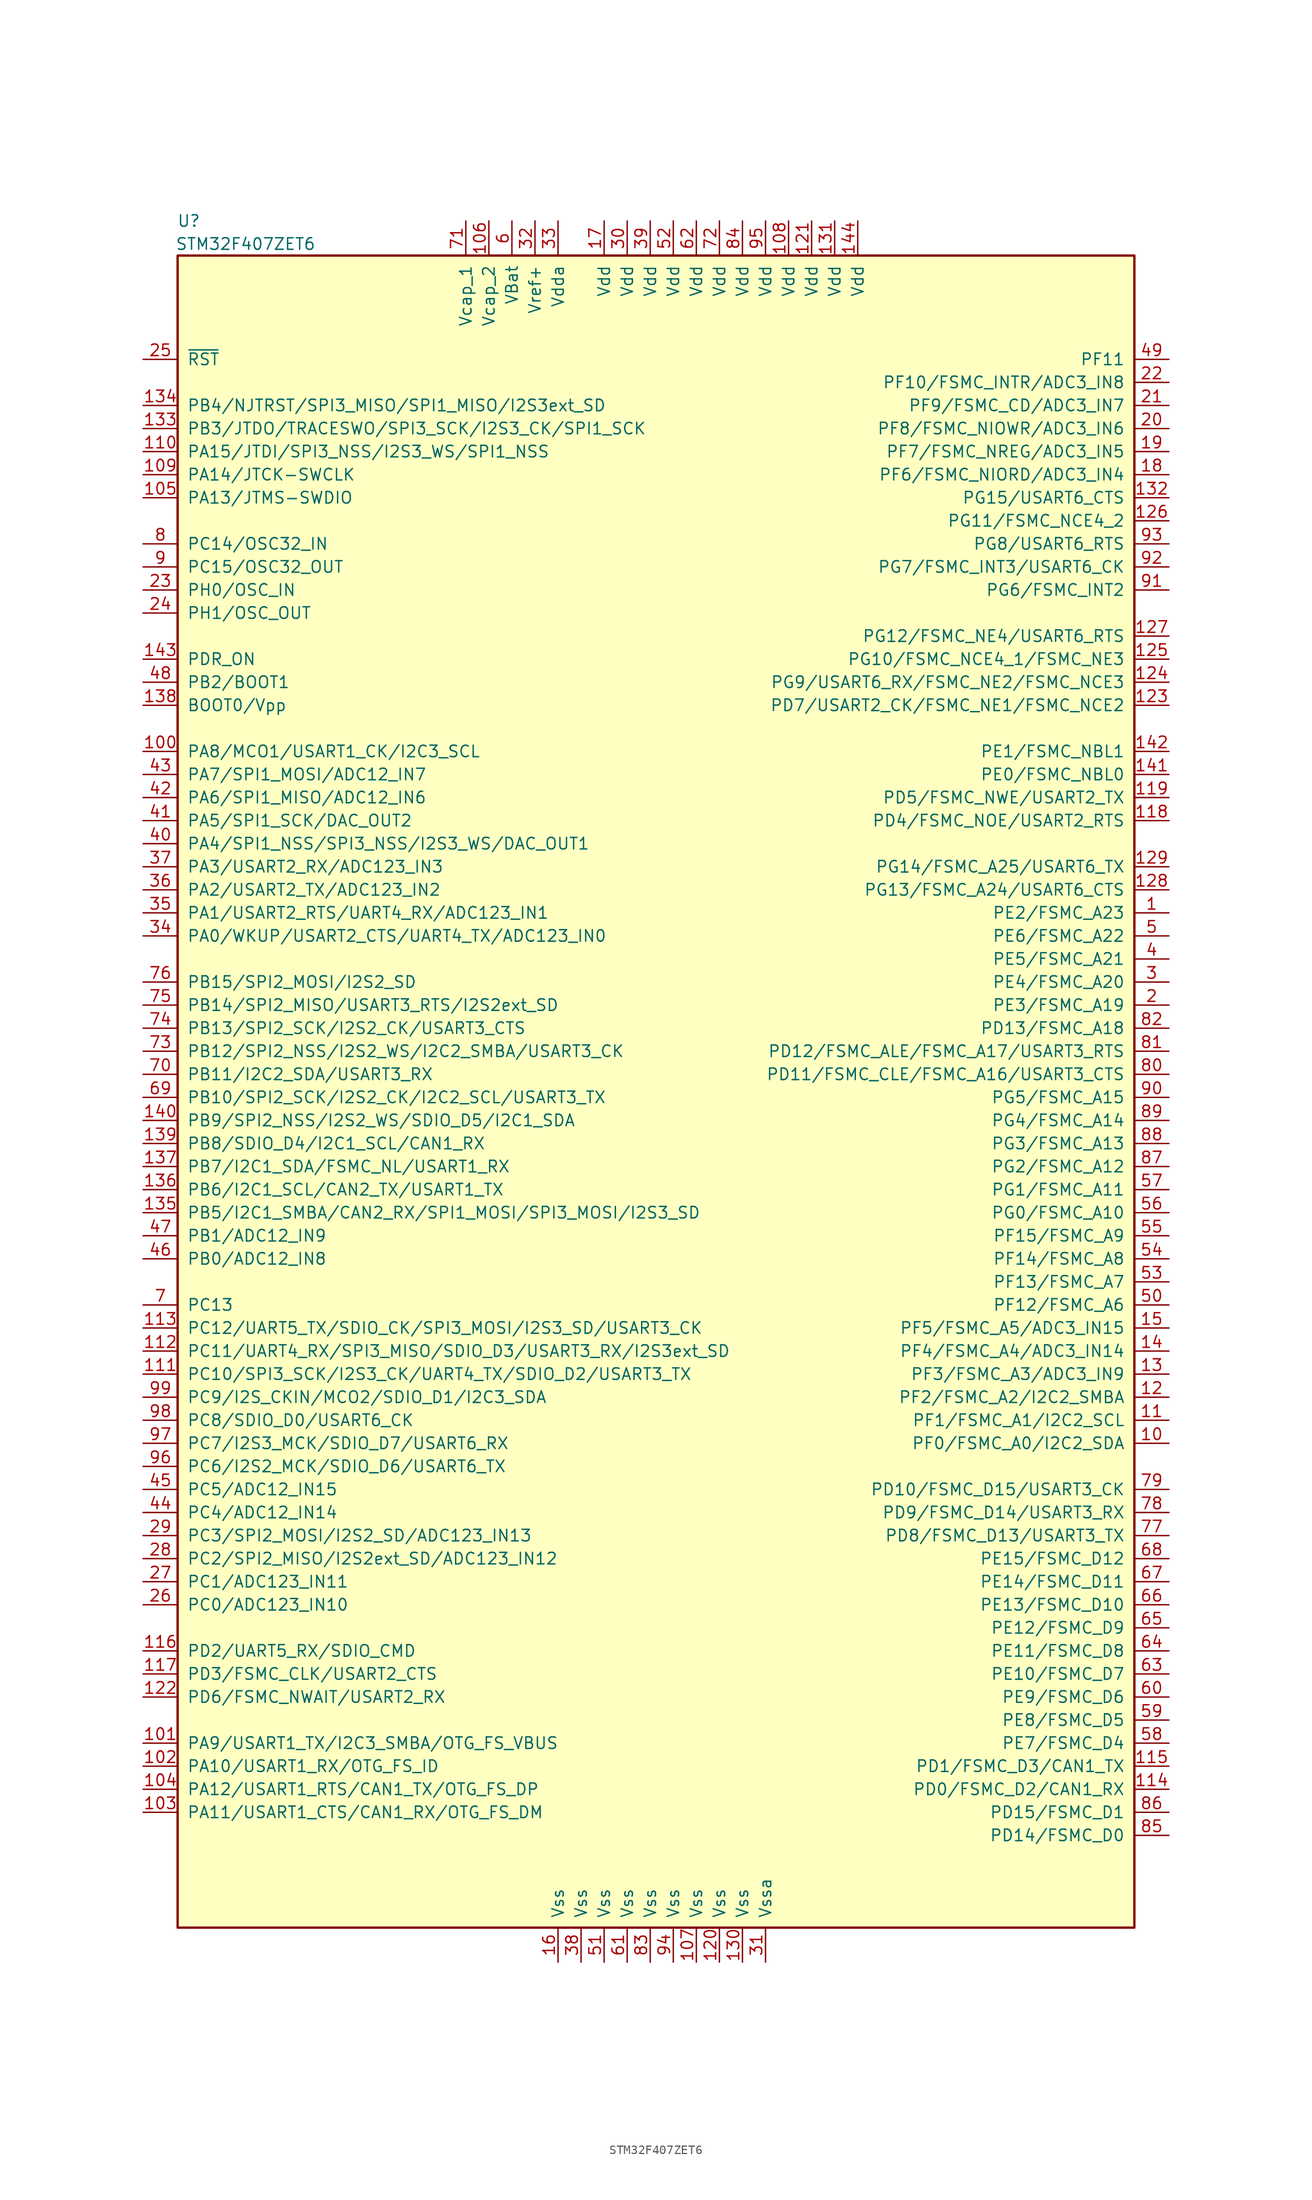
<source format=kicad_sym>
(kicad_symbol_lib
  (version 20211014)
  (generator kicad_symbol_editor)
  (symbol "STM32F407ZET6"
    (pin_names
      (offset 1.016))
    (property "Reference" "U"
      (at -49.53 76.2 0)
      (effects (font (size 1.27 1.27)) (justify right)))
    (property "Value" "STM32F407ZET6"
      (at -36.83 73.66 0)
      (effects (font (size 1.27 1.27)) (justify right)))
    (symbol "STM32F407ZET6_0_1"
      (rectangle (start -52.07 72.39) (end 53.34 -111.76) (stroke (width 0.254) (type default) (color 0 0 0 0)) (fill (type background))))
    (symbol "STM32F407ZET6_1_1"
      (pin bidirectional line (at 57.15 0 180) (length 3.81) (name "PE2/FSMC_A23" (effects (font (size 1.27 1.27)))) (number "1" (effects (font (size 1.27 1.27)))))
      (pin bidirectional line (at 57.15 -58.42 180) (length 3.81) (name "PF0/FSMC_A0/I2C2_SDA" (effects (font (size 1.27 1.27)))) (number "10" (effects (font (size 1.27 1.27)))))
      (pin bidirectional line (at -55.88 17.78 0) (length 3.81) (name "PA8/MCO1/USART1_CK/I2C3_SCL" (effects (font (size 1.27 1.27)))) (number "100" (effects (font (size 1.27 1.27)))))
      (pin bidirectional line (at -55.88 -91.44 0) (length 3.81) (name "PA9/USART1_TX/I2C3_SMBA/OTG_FS_VBUS" (effects (font (size 1.27 1.27)))) (number "101" (effects (font (size 1.27 1.27)))))
      (pin bidirectional line (at -55.88 -93.98 0) (length 3.81) (name "PA10/USART1_RX/OTG_FS_ID" (effects (font (size 1.27 1.27)))) (number "102" (effects (font (size 1.27 1.27)))))
      (pin bidirectional line (at -55.88 -99.06 0) (length 3.81) (name "PA11/USART1_CTS/CAN1_RX/OTG_FS_DM" (effects (font (size 1.27 1.27)))) (number "103" (effects (font (size 1.27 1.27)))))
      (pin bidirectional line (at -55.88 -96.52 0) (length 3.81) (name "PA12/USART1_RTS/CAN1_TX/OTG_FS_DP" (effects (font (size 1.27 1.27)))) (number "104" (effects (font (size 1.27 1.27)))))
      (pin bidirectional line (at -55.88 45.72 0) (length 3.81) (name "PA13/JTMS-SWDIO" (effects (font (size 1.27 1.27)))) (number "105" (effects (font (size 1.27 1.27)))))
      (pin power_in line (at -17.78 76.2 270) (length 3.81) (name "Vcap_2" (effects (font (size 1.27 1.27)))) (number "106" (effects (font (size 1.27 1.27)))))
      (pin power_in line (at 5.08 -115.57 90) (length 3.81) (name "Vss" (effects (font (size 1.27 1.27)))) (number "107" (effects (font (size 1.27 1.27)))))
      (pin power_in line (at 15.24 76.2 270) (length 3.81) (name "Vdd" (effects (font (size 1.27 1.27)))) (number "108" (effects (font (size 1.27 1.27)))))
      (pin bidirectional line (at -55.88 48.26 0) (length 3.81) (name "PA14/JTCK-SWCLK" (effects (font (size 1.27 1.27)))) (number "109" (effects (font (size 1.27 1.27)))))
      (pin bidirectional line (at 57.15 -55.88 180) (length 3.81) (name "PF1/FSMC_A1/I2C2_SCL" (effects (font (size 1.27 1.27)))) (number "11" (effects (font (size 1.27 1.27)))))
      (pin bidirectional line (at -55.88 50.8 0) (length 3.81) (name "PA15/JTDI/SPI3_NSS/I2S3_WS/SPI1_NSS" (effects (font (size 1.27 1.27)))) (number "110" (effects (font (size 1.27 1.27)))))
      (pin bidirectional line (at -55.88 -50.8 0) (length 3.81) (name "PC10/SPI3_SCK/I2S3_CK/UART4_TX/SDIO_D2/USART3_TX" (effects (font (size 1.27 1.27)))) (number "111" (effects (font (size 1.27 1.27)))))
      (pin bidirectional line (at -55.88 -48.26 0) (length 3.81) (name "PC11/UART4_RX/SPI3_MISO/SDIO_D3/USART3_RX/I2S3ext_SD" (effects (font (size 1.27 1.27)))) (number "112" (effects (font (size 1.27 1.27)))))
      (pin bidirectional line (at -55.88 -45.72 0) (length 3.81) (name "PC12/UART5_TX/SDIO_CK/SPI3_MOSI/I2S3_SD/USART3_CK" (effects (font (size 1.27 1.27)))) (number "113" (effects (font (size 1.27 1.27)))))
      (pin bidirectional line (at 57.15 -96.52 180) (length 3.81) (name "PD0/FSMC_D2/CAN1_RX" (effects (font (size 1.27 1.27)))) (number "114" (effects (font (size 1.27 1.27)))))
      (pin bidirectional line (at 57.15 -93.98 180) (length 3.81) (name "PD1/FSMC_D3/CAN1_TX" (effects (font (size 1.27 1.27)))) (number "115" (effects (font (size 1.27 1.27)))))
      (pin bidirectional line (at -55.88 -81.28 0) (length 3.81) (name "PD2/UART5_RX/SDIO_CMD" (effects (font (size 1.27 1.27)))) (number "116" (effects (font (size 1.27 1.27)))))
      (pin bidirectional line (at -55.88 -83.82 0) (length 3.81) (name "PD3/FSMC_CLK/USART2_CTS" (effects (font (size 1.27 1.27)))) (number "117" (effects (font (size 1.27 1.27)))))
      (pin bidirectional line (at 57.15 10.16 180) (length 3.81) (name "PD4/FSMC_NOE/USART2_RTS" (effects (font (size 1.27 1.27)))) (number "118" (effects (font (size 1.27 1.27)))))
      (pin bidirectional line (at 57.15 12.7 180) (length 3.81) (name "PD5/FSMC_NWE/USART2_TX" (effects (font (size 1.27 1.27)))) (number "119" (effects (font (size 1.27 1.27)))))
      (pin bidirectional line (at 57.15 -53.34 180) (length 3.81) (name "PF2/FSMC_A2/I2C2_SMBA" (effects (font (size 1.27 1.27)))) (number "12" (effects (font (size 1.27 1.27)))))
      (pin power_in line (at 7.62 -115.57 90) (length 3.81) (name "Vss" (effects (font (size 1.27 1.27)))) (number "120" (effects (font (size 1.27 1.27)))))
      (pin power_in line (at 17.78 76.2 270) (length 3.81) (name "Vdd" (effects (font (size 1.27 1.27)))) (number "121" (effects (font (size 1.27 1.27)))))
      (pin bidirectional line (at -55.88 -86.36 0) (length 3.81) (name "PD6/FSMC_NWAIT/USART2_RX" (effects (font (size 1.27 1.27)))) (number "122" (effects (font (size 1.27 1.27)))))
      (pin bidirectional line (at 57.15 22.86 180) (length 3.81) (name "PD7/USART2_CK/FSMC_NE1/FSMC_NCE2" (effects (font (size 1.27 1.27)))) (number "123" (effects (font (size 1.27 1.27)))))
      (pin bidirectional line (at 57.15 25.4 180) (length 3.81) (name "PG9/USART6_RX/FSMC_NE2/FSMC_NCE3" (effects (font (size 1.27 1.27)))) (number "124" (effects (font (size 1.27 1.27)))))
      (pin bidirectional line (at 57.15 27.94 180) (length 3.81) (name "PG10/FSMC_NCE4_1/FSMC_NE3" (effects (font (size 1.27 1.27)))) (number "125" (effects (font (size 1.27 1.27)))))
      (pin bidirectional line (at 57.15 43.18 180) (length 3.81) (name "PG11/FSMC_NCE4_2" (effects (font (size 1.27 1.27)))) (number "126" (effects (font (size 1.27 1.27)))))
      (pin bidirectional line (at 57.15 30.48 180) (length 3.81) (name "PG12/FSMC_NE4/USART6_RTS" (effects (font (size 1.27 1.27)))) (number "127" (effects (font (size 1.27 1.27)))))
      (pin bidirectional line (at 57.15 2.54 180) (length 3.81) (name "PG13/FSMC_A24/USART6_CTS" (effects (font (size 1.27 1.27)))) (number "128" (effects (font (size 1.27 1.27)))))
      (pin bidirectional line (at 57.15 5.08 180) (length 3.81) (name "PG14/FSMC_A25/USART6_TX" (effects (font (size 1.27 1.27)))) (number "129" (effects (font (size 1.27 1.27)))))
      (pin bidirectional line (at 57.15 -50.8 180) (length 3.81) (name "PF3/FSMC_A3/ADC3_IN9" (effects (font (size 1.27 1.27)))) (number "13" (effects (font (size 1.27 1.27)))))
      (pin power_in line (at 10.16 -115.57 90) (length 3.81) (name "Vss" (effects (font (size 1.27 1.27)))) (number "130" (effects (font (size 1.27 1.27)))))
      (pin power_in line (at 20.32 76.2 270) (length 3.81) (name "Vdd" (effects (font (size 1.27 1.27)))) (number "131" (effects (font (size 1.27 1.27)))))
      (pin bidirectional line (at 57.15 45.72 180) (length 3.81) (name "PG15/USART6_CTS" (effects (font (size 1.27 1.27)))) (number "132" (effects (font (size 1.27 1.27)))))
      (pin bidirectional line (at -55.88 53.34 0) (length 3.81) (name "PB3/JTDO/TRACESWO/SPI3_SCK/I2S3_CK/SPI1_SCK" (effects (font (size 1.27 1.27)))) (number "133" (effects (font (size 1.27 1.27)))))
      (pin bidirectional line (at -55.88 55.88 0) (length 3.81) (name "PB4/NJTRST/SPI3_MISO/SPI1_MISO/I2S3ext_SD" (effects (font (size 1.27 1.27)))) (number "134" (effects (font (size 1.27 1.27)))))
      (pin bidirectional line (at -55.88 -33.02 0) (length 3.81) (name "PB5/I2C1_SMBA/CAN2_RX/SPI1_MOSI/SPI3_MOSI/I2S3_SD" (effects (font (size 1.27 1.27)))) (number "135" (effects (font (size 1.27 1.27)))))
      (pin bidirectional line (at -55.88 -30.48 0) (length 3.81) (name "PB6/I2C1_SCL/CAN2_TX/USART1_TX" (effects (font (size 1.27 1.27)))) (number "136" (effects (font (size 1.27 1.27)))))
      (pin bidirectional line (at -55.88 -27.94 0) (length 3.81) (name "PB7/I2C1_SDA/FSMC_NL/USART1_RX" (effects (font (size 1.27 1.27)))) (number "137" (effects (font (size 1.27 1.27)))))
      (pin bidirectional line (at -55.88 22.86 0) (length 3.81) (name "BOOT0/Vpp" (effects (font (size 1.27 1.27)))) (number "138" (effects (font (size 1.27 1.27)))))
      (pin bidirectional line (at -55.88 -25.4 0) (length 3.81) (name "PB8/SDIO_D4/I2C1_SCL/CAN1_RX" (effects (font (size 1.27 1.27)))) (number "139" (effects (font (size 1.27 1.27)))))
      (pin bidirectional line (at 57.15 -48.26 180) (length 3.81) (name "PF4/FSMC_A4/ADC3_IN14" (effects (font (size 1.27 1.27)))) (number "14" (effects (font (size 1.27 1.27)))))
      (pin bidirectional line (at -55.88 -22.86 0) (length 3.81) (name "PB9/SPI2_NSS/I2S2_WS/SDIO_D5/I2C1_SDA" (effects (font (size 1.27 1.27)))) (number "140" (effects (font (size 1.27 1.27)))))
      (pin bidirectional line (at 57.15 15.24 180) (length 3.81) (name "PE0/FSMC_NBL0" (effects (font (size 1.27 1.27)))) (number "141" (effects (font (size 1.27 1.27)))))
      (pin bidirectional line (at 57.15 17.78 180) (length 3.81) (name "PE1/FSMC_NBL1" (effects (font (size 1.27 1.27)))) (number "142" (effects (font (size 1.27 1.27)))))
      (pin bidirectional line (at -55.88 27.94 0) (length 3.81) (name "PDR_ON" (effects (font (size 1.27 1.27)))) (number "143" (effects (font (size 1.27 1.27)))))
      (pin power_in line (at 22.86 76.2 270) (length 3.81) (name "Vdd" (effects (font (size 1.27 1.27)))) (number "144" (effects (font (size 1.27 1.27)))))
      (pin bidirectional line (at 57.15 -45.72 180) (length 3.81) (name "PF5/FSMC_A5/ADC3_IN15" (effects (font (size 1.27 1.27)))) (number "15" (effects (font (size 1.27 1.27)))))
      (pin power_in line (at -10.16 -115.57 90) (length 3.81) (name "Vss" (effects (font (size 1.27 1.27)))) (number "16" (effects (font (size 1.27 1.27)))))
      (pin power_in line (at -5.08 76.2 270) (length 3.81) (name "Vdd" (effects (font (size 1.27 1.27)))) (number "17" (effects (font (size 1.27 1.27)))))
      (pin bidirectional line (at 57.15 48.26 180) (length 3.81) (name "PF6/FSMC_NIORD/ADC3_IN4" (effects (font (size 1.27 1.27)))) (number "18" (effects (font (size 1.27 1.27)))))
      (pin bidirectional line (at 57.15 50.8 180) (length 3.81) (name "PF7/FSMC_NREG/ADC3_IN5" (effects (font (size 1.27 1.27)))) (number "19" (effects (font (size 1.27 1.27)))))
      (pin bidirectional line (at 57.15 -10.16 180) (length 3.81) (name "PE3/FSMC_A19" (effects (font (size 1.27 1.27)))) (number "2" (effects (font (size 1.27 1.27)))))
      (pin bidirectional line (at 57.15 53.34 180) (length 3.81) (name "PF8/FSMC_NIOWR/ADC3_IN6" (effects (font (size 1.27 1.27)))) (number "20" (effects (font (size 1.27 1.27)))))
      (pin bidirectional line (at 57.15 55.88 180) (length 3.81) (name "PF9/FSMC_CD/ADC3_IN7" (effects (font (size 1.27 1.27)))) (number "21" (effects (font (size 1.27 1.27)))))
      (pin bidirectional line (at 57.15 58.42 180) (length 3.81) (name "PF10/FSMC_INTR/ADC3_IN8" (effects (font (size 1.27 1.27)))) (number "22" (effects (font (size 1.27 1.27)))))
      (pin bidirectional line (at -55.88 35.56 0) (length 3.81) (name "PH0/OSC_IN" (effects (font (size 1.27 1.27)))) (number "23" (effects (font (size 1.27 1.27)))))
      (pin bidirectional line (at -55.88 33.02 0) (length 3.81) (name "PH1/OSC_OUT" (effects (font (size 1.27 1.27)))) (number "24" (effects (font (size 1.27 1.27)))))
      (pin bidirectional line (at -55.88 60.96 0) (length 3.81) (name "~{RST}" (effects (font (size 1.27 1.27)))) (number "25" (effects (font (size 1.27 1.27)))))
      (pin bidirectional line (at -55.88 -76.2 0) (length 3.81) (name "PC0/ADC123_IN10" (effects (font (size 1.27 1.27)))) (number "26" (effects (font (size 1.27 1.27)))))
      (pin bidirectional line (at -55.88 -73.66 0) (length 3.81) (name "PC1/ADC123_IN11" (effects (font (size 1.27 1.27)))) (number "27" (effects (font (size 1.27 1.27)))))
      (pin bidirectional line (at -55.88 -71.12 0) (length 3.81) (name "PC2/SPI2_MISO/I2S2ext_SD/ADC123_IN12" (effects (font (size 1.27 1.27)))) (number "28" (effects (font (size 1.27 1.27)))))
      (pin bidirectional line (at -55.88 -68.58 0) (length 3.81) (name "PC3/SPI2_MOSI/I2S2_SD/ADC123_IN13" (effects (font (size 1.27 1.27)))) (number "29" (effects (font (size 1.27 1.27)))))
      (pin bidirectional line (at 57.15 -7.62 180) (length 3.81) (name "PE4/FSMC_A20" (effects (font (size 1.27 1.27)))) (number "3" (effects (font (size 1.27 1.27)))))
      (pin power_in line (at -2.54 76.2 270) (length 3.81) (name "Vdd" (effects (font (size 1.27 1.27)))) (number "30" (effects (font (size 1.27 1.27)))))
      (pin power_in line (at 12.7 -115.57 90) (length 3.81) (name "Vssa" (effects (font (size 1.27 1.27)))) (number "31" (effects (font (size 1.27 1.27)))))
      (pin power_in line (at -12.7 76.2 270) (length 3.81) (name "Vref+" (effects (font (size 1.27 1.27)))) (number "32" (effects (font (size 1.27 1.27)))))
      (pin power_in line (at -10.16 76.2 270) (length 3.81) (name "Vdda" (effects (font (size 1.27 1.27)))) (number "33" (effects (font (size 1.27 1.27)))))
      (pin bidirectional line (at -55.88 -2.54 0) (length 3.81) (name "PA0/WKUP/USART2_CTS/UART4_TX/ADC123_IN0" (effects (font (size 1.27 1.27)))) (number "34" (effects (font (size 1.27 1.27)))))
      (pin bidirectional line (at -55.88 0 0) (length 3.81) (name "PA1/USART2_RTS/UART4_RX/ADC123_IN1" (effects (font (size 1.27 1.27)))) (number "35" (effects (font (size 1.27 1.27)))))
      (pin bidirectional line (at -55.88 2.54 0) (length 3.81) (name "PA2/USART2_TX/ADC123_IN2" (effects (font (size 1.27 1.27)))) (number "36" (effects (font (size 1.27 1.27)))))
      (pin bidirectional line (at -55.88 5.08 0) (length 3.81) (name "PA3/USART2_RX/ADC123_IN3" (effects (font (size 1.27 1.27)))) (number "37" (effects (font (size 1.27 1.27)))))
      (pin power_in line (at -7.62 -115.57 90) (length 3.81) (name "Vss" (effects (font (size 1.27 1.27)))) (number "38" (effects (font (size 1.27 1.27)))))
      (pin power_in line (at 0 76.2 270) (length 3.81) (name "Vdd" (effects (font (size 1.27 1.27)))) (number "39" (effects (font (size 1.27 1.27)))))
      (pin bidirectional line (at 57.15 -5.08 180) (length 3.81) (name "PE5/FSMC_A21" (effects (font (size 1.27 1.27)))) (number "4" (effects (font (size 1.27 1.27)))))
      (pin bidirectional line (at -55.88 7.62 0) (length 3.81) (name "PA4/SPI1_NSS/SPI3_NSS/I2S3_WS/DAC_OUT1" (effects (font (size 1.27 1.27)))) (number "40" (effects (font (size 1.27 1.27)))))
      (pin bidirectional line (at -55.88 10.16 0) (length 3.81) (name "PA5/SPI1_SCK/DAC_OUT2" (effects (font (size 1.27 1.27)))) (number "41" (effects (font (size 1.27 1.27)))))
      (pin bidirectional line (at -55.88 12.7 0) (length 3.81) (name "PA6/SPI1_MISO/ADC12_IN6" (effects (font (size 1.27 1.27)))) (number "42" (effects (font (size 1.27 1.27)))))
      (pin bidirectional line (at -55.88 15.24 0) (length 3.81) (name "PA7/SPI1_MOSI/ADC12_IN7" (effects (font (size 1.27 1.27)))) (number "43" (effects (font (size 1.27 1.27)))))
      (pin bidirectional line (at -55.88 -66.04 0) (length 3.81) (name "PC4/ADC12_IN14" (effects (font (size 1.27 1.27)))) (number "44" (effects (font (size 1.27 1.27)))))
      (pin bidirectional line (at -55.88 -63.5 0) (length 3.81) (name "PC5/ADC12_IN15" (effects (font (size 1.27 1.27)))) (number "45" (effects (font (size 1.27 1.27)))))
      (pin bidirectional line (at -55.88 -38.1 0) (length 3.81) (name "PB0/ADC12_IN8" (effects (font (size 1.27 1.27)))) (number "46" (effects (font (size 1.27 1.27)))))
      (pin bidirectional line (at -55.88 -35.56 0) (length 3.81) (name "PB1/ADC12_IN9" (effects (font (size 1.27 1.27)))) (number "47" (effects (font (size 1.27 1.27)))))
      (pin bidirectional line (at -55.88 25.4 0) (length 3.81) (name "PB2/BOOT1" (effects (font (size 1.27 1.27)))) (number "48" (effects (font (size 1.27 1.27)))))
      (pin bidirectional line (at 57.15 60.96 180) (length 3.81) (name "PF11" (effects (font (size 1.27 1.27)))) (number "49" (effects (font (size 1.27 1.27)))))
      (pin bidirectional line (at 57.15 -2.54 180) (length 3.81) (name "PE6/FSMC_A22" (effects (font (size 1.27 1.27)))) (number "5" (effects (font (size 1.27 1.27)))))
      (pin bidirectional line (at 57.15 -43.18 180) (length 3.81) (name "PF12/FSMC_A6" (effects (font (size 1.27 1.27)))) (number "50" (effects (font (size 1.27 1.27)))))
      (pin power_in line (at -5.08 -115.57 90) (length 3.81) (name "Vss" (effects (font (size 1.27 1.27)))) (number "51" (effects (font (size 1.27 1.27)))))
      (pin power_in line (at 2.54 76.2 270) (length 3.81) (name "Vdd" (effects (font (size 1.27 1.27)))) (number "52" (effects (font (size 1.27 1.27)))))
      (pin bidirectional line (at 57.15 -40.64 180) (length 3.81) (name "PF13/FSMC_A7" (effects (font (size 1.27 1.27)))) (number "53" (effects (font (size 1.27 1.27)))))
      (pin bidirectional line (at 57.15 -38.1 180) (length 3.81) (name "PF14/FSMC_A8" (effects (font (size 1.27 1.27)))) (number "54" (effects (font (size 1.27 1.27)))))
      (pin bidirectional line (at 57.15 -35.56 180) (length 3.81) (name "PF15/FSMC_A9" (effects (font (size 1.27 1.27)))) (number "55" (effects (font (size 1.27 1.27)))))
      (pin bidirectional line (at 57.15 -33.02 180) (length 3.81) (name "PG0/FSMC_A10" (effects (font (size 1.27 1.27)))) (number "56" (effects (font (size 1.27 1.27)))))
      (pin bidirectional line (at 57.15 -30.48 180) (length 3.81) (name "PG1/FSMC_A11" (effects (font (size 1.27 1.27)))) (number "57" (effects (font (size 1.27 1.27)))))
      (pin bidirectional line (at 57.15 -91.44 180) (length 3.81) (name "PE7/FSMC_D4" (effects (font (size 1.27 1.27)))) (number "58" (effects (font (size 1.27 1.27)))))
      (pin bidirectional line (at 57.15 -88.9 180) (length 3.81) (name "PE8/FSMC_D5" (effects (font (size 1.27 1.27)))) (number "59" (effects (font (size 1.27 1.27)))))
      (pin power_in line (at -15.24 76.2 270) (length 3.81) (name "VBat" (effects (font (size 1.27 1.27)))) (number "6" (effects (font (size 1.27 1.27)))))
      (pin bidirectional line (at 57.15 -86.36 180) (length 3.81) (name "PE9/FSMC_D6" (effects (font (size 1.27 1.27)))) (number "60" (effects (font (size 1.27 1.27)))))
      (pin power_in line (at -2.54 -115.57 90) (length 3.81) (name "Vss" (effects (font (size 1.27 1.27)))) (number "61" (effects (font (size 1.27 1.27)))))
      (pin power_in line (at 5.08 76.2 270) (length 3.81) (name "Vdd" (effects (font (size 1.27 1.27)))) (number "62" (effects (font (size 1.27 1.27)))))
      (pin bidirectional line (at 57.15 -83.82 180) (length 3.81) (name "PE10/FSMC_D7" (effects (font (size 1.27 1.27)))) (number "63" (effects (font (size 1.27 1.27)))))
      (pin bidirectional line (at 57.15 -81.28 180) (length 3.81) (name "PE11/FSMC_D8" (effects (font (size 1.27 1.27)))) (number "64" (effects (font (size 1.27 1.27)))))
      (pin bidirectional line (at 57.15 -78.74 180) (length 3.81) (name "PE12/FSMC_D9" (effects (font (size 1.27 1.27)))) (number "65" (effects (font (size 1.27 1.27)))))
      (pin bidirectional line (at 57.15 -76.2 180) (length 3.81) (name "PE13/FSMC_D10" (effects (font (size 1.27 1.27)))) (number "66" (effects (font (size 1.27 1.27)))))
      (pin bidirectional line (at 57.15 -73.66 180) (length 3.81) (name "PE14/FSMC_D11" (effects (font (size 1.27 1.27)))) (number "67" (effects (font (size 1.27 1.27)))))
      (pin bidirectional line (at 57.15 -71.12 180) (length 3.81) (name "PE15/FSMC_D12" (effects (font (size 1.27 1.27)))) (number "68" (effects (font (size 1.27 1.27)))))
      (pin bidirectional line (at -55.88 -20.32 0) (length 3.81) (name "PB10/SPI2_SCK/I2S2_CK/I2C2_SCL/USART3_TX" (effects (font (size 1.27 1.27)))) (number "69" (effects (font (size 1.27 1.27)))))
      (pin bidirectional line (at -55.88 -43.18 0) (length 3.81) (name "PC13" (effects (font (size 1.27 1.27)))) (number "7" (effects (font (size 1.27 1.27)))))
      (pin bidirectional line (at -55.88 -17.78 0) (length 3.81) (name "PB11/I2C2_SDA/USART3_RX" (effects (font (size 1.27 1.27)))) (number "70" (effects (font (size 1.27 1.27)))))
      (pin power_in line (at -20.32 76.2 270) (length 3.81) (name "Vcap_1" (effects (font (size 1.27 1.27)))) (number "71" (effects (font (size 1.27 1.27)))))
      (pin power_in line (at 7.62 76.2 270) (length 3.81) (name "Vdd" (effects (font (size 1.27 1.27)))) (number "72" (effects (font (size 1.27 1.27)))))
      (pin bidirectional line (at -55.88 -15.24 0) (length 3.81) (name "PB12/SPI2_NSS/I2S2_WS/I2C2_SMBA/USART3_CK" (effects (font (size 1.27 1.27)))) (number "73" (effects (font (size 1.27 1.27)))))
      (pin bidirectional line (at -55.88 -12.7 0) (length 3.81) (name "PB13/SPI2_SCK/I2S2_CK/USART3_CTS" (effects (font (size 1.27 1.27)))) (number "74" (effects (font (size 1.27 1.27)))))
      (pin bidirectional line (at -55.88 -10.16 0) (length 3.81) (name "PB14/SPI2_MISO/USART3_RTS/I2S2ext_SD" (effects (font (size 1.27 1.27)))) (number "75" (effects (font (size 1.27 1.27)))))
      (pin bidirectional line (at -55.88 -7.62 0) (length 3.81) (name "PB15/SPI2_MOSI/I2S2_SD" (effects (font (size 1.27 1.27)))) (number "76" (effects (font (size 1.27 1.27)))))
      (pin bidirectional line (at 57.15 -68.58 180) (length 3.81) (name "PD8/FSMC_D13/USART3_TX" (effects (font (size 1.27 1.27)))) (number "77" (effects (font (size 1.27 1.27)))))
      (pin bidirectional line (at 57.15 -66.04 180) (length 3.81) (name "PD9/FSMC_D14/USART3_RX" (effects (font (size 1.27 1.27)))) (number "78" (effects (font (size 1.27 1.27)))))
      (pin bidirectional line (at 57.15 -63.5 180) (length 3.81) (name "PD10/FSMC_D15/USART3_CK" (effects (font (size 1.27 1.27)))) (number "79" (effects (font (size 1.27 1.27)))))
      (pin bidirectional line (at -55.88 40.64 0) (length 3.81) (name "PC14/OSC32_IN" (effects (font (size 1.27 1.27)))) (number "8" (effects (font (size 1.27 1.27)))))
      (pin bidirectional line (at 57.15 -17.78 180) (length 3.81) (name "PD11/FSMC_CLE/FSMC_A16/USART3_CTS" (effects (font (size 1.27 1.27)))) (number "80" (effects (font (size 1.27 1.27)))))
      (pin bidirectional line (at 57.15 -15.24 180) (length 3.81) (name "PD12/FSMC_ALE/FSMC_A17/USART3_RTS" (effects (font (size 1.27 1.27)))) (number "81" (effects (font (size 1.27 1.27)))))
      (pin bidirectional line (at 57.15 -12.7 180) (length 3.81) (name "PD13/FSMC_A18" (effects (font (size 1.27 1.27)))) (number "82" (effects (font (size 1.27 1.27)))))
      (pin power_in line (at 0 -115.57 90) (length 3.81) (name "Vss" (effects (font (size 1.27 1.27)))) (number "83" (effects (font (size 1.27 1.27)))))
      (pin power_in line (at 10.16 76.2 270) (length 3.81) (name "Vdd" (effects (font (size 1.27 1.27)))) (number "84" (effects (font (size 1.27 1.27)))))
      (pin bidirectional line (at 57.15 -101.6 180) (length 3.81) (name "PD14/FSMC_D0" (effects (font (size 1.27 1.27)))) (number "85" (effects (font (size 1.27 1.27)))))
      (pin bidirectional line (at 57.15 -99.06 180) (length 3.81) (name "PD15/FSMC_D1" (effects (font (size 1.27 1.27)))) (number "86" (effects (font (size 1.27 1.27)))))
      (pin bidirectional line (at 57.15 -27.94 180) (length 3.81) (name "PG2/FSMC_A12" (effects (font (size 1.27 1.27)))) (number "87" (effects (font (size 1.27 1.27)))))
      (pin bidirectional line (at 57.15 -25.4 180) (length 3.81) (name "PG3/FSMC_A13" (effects (font (size 1.27 1.27)))) (number "88" (effects (font (size 1.27 1.27)))))
      (pin bidirectional line (at 57.15 -22.86 180) (length 3.81) (name "PG4/FSMC_A14" (effects (font (size 1.27 1.27)))) (number "89" (effects (font (size 1.27 1.27)))))
      (pin bidirectional line (at -55.88 38.1 0) (length 3.81) (name "PC15/OSC32_OUT" (effects (font (size 1.27 1.27)))) (number "9" (effects (font (size 1.27 1.27)))))
      (pin bidirectional line (at 57.15 -20.32 180) (length 3.81) (name "PG5/FSMC_A15" (effects (font (size 1.27 1.27)))) (number "90" (effects (font (size 1.27 1.27)))))
      (pin bidirectional line (at 57.15 35.56 180) (length 3.81) (name "PG6/FSMC_INT2" (effects (font (size 1.27 1.27)))) (number "91" (effects (font (size 1.27 1.27)))))
      (pin bidirectional line (at 57.15 38.1 180) (length 3.81) (name "PG7/FSMC_INT3/USART6_CK" (effects (font (size 1.27 1.27)))) (number "92" (effects (font (size 1.27 1.27)))))
      (pin bidirectional line (at 57.15 40.64 180) (length 3.81) (name "PG8/USART6_RTS" (effects (font (size 1.27 1.27)))) (number "93" (effects (font (size 1.27 1.27)))))
      (pin power_in line (at 2.54 -115.57 90) (length 3.81) (name "Vss" (effects (font (size 1.27 1.27)))) (number "94" (effects (font (size 1.27 1.27)))))
      (pin power_in line (at 12.7 76.2 270) (length 3.81) (name "Vdd" (effects (font (size 1.27 1.27)))) (number "95" (effects (font (size 1.27 1.27)))))
      (pin bidirectional line (at -55.88 -60.96 0) (length 3.81) (name "PC6/I2S2_MCK/SDIO_D6/USART6_TX" (effects (font (size 1.27 1.27)))) (number "96" (effects (font (size 1.27 1.27)))))
      (pin bidirectional line (at -55.88 -58.42 0) (length 3.81) (name "PC7/I2S3_MCK/SDIO_D7/USART6_RX" (effects (font (size 1.27 1.27)))) (number "97" (effects (font (size 1.27 1.27)))))
      (pin bidirectional line (at -55.88 -55.88 0) (length 3.81) (name "PC8/SDIO_D0/USART6_CK" (effects (font (size 1.27 1.27)))) (number "98" (effects (font (size 1.27 1.27)))))
      (pin bidirectional line (at -55.88 -53.34 0) (length 3.81) (name "PC9/I2S_CKIN/MCO2/SDIO_D1/I2C3_SDA" (effects (font (size 1.27 1.27)))) (number "99" (effects (font (size 1.27 1.27))))))))
</source>
